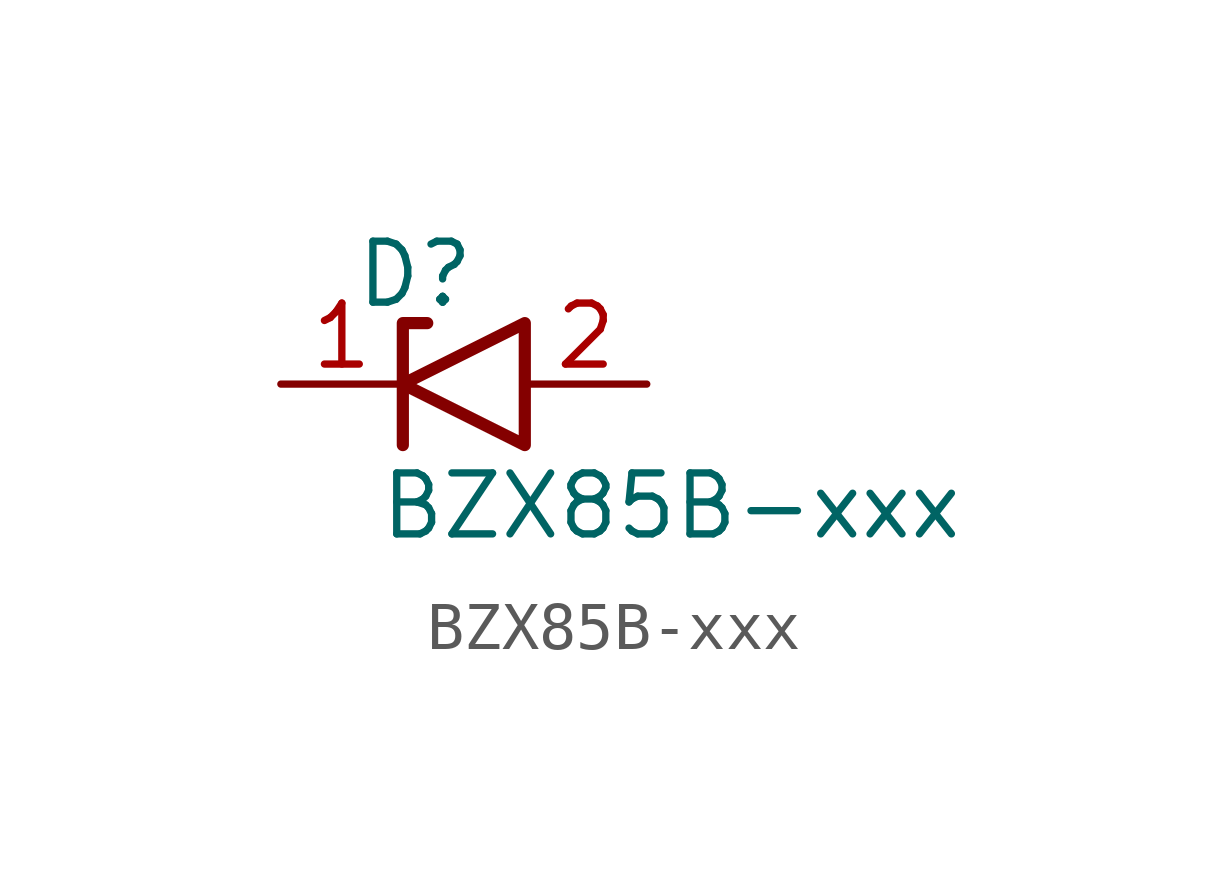
<source format=kicad_sym>
(kicad_symbol_lib
  (version 20231120)
  (generator "kicad_symbol_editor")
  (generator_version "8.0")
  (symbol "BZX85B-xxx"
    (pin_names
      (offset 0) hide)
    (property "Reference" "D"
      (at -1.016 2.286 0)
      (effects (font (size 1.27 1.27))))
    (property "Value" "BZX85B-xxx"
      (at 4.318 -2.54 0)
      (effects (font (size 1.27 1.27))))
    (symbol "BZX85B-xxx_0_1"
      (polyline (pts (xy -1.27 -1.27) (xy -1.27 1.27) (xy -0.762 1.27)) (stroke (width 0.254) (type default)) (fill (type none)))
      (polyline (pts (xy 1.27 -1.27) (xy 1.27 1.27) (xy -1.27 0) (xy 1.27 -1.27)) (stroke (width 0.254) (type default)) (fill (type none))))
    (symbol "BZX85B-xxx_1_1"
      (pin passive line (at -3.81 0 0) (length 2.54) (name "K" (effects (font (size 1.27 1.27)))) (number "1" (effects (font (size 1.27 1.27)))))
      (pin passive line (at 3.81 0 180) (length 2.54) (name "A" (effects (font (size 1.27 1.27)))) (number "2" (effects (font (size 1.27 1.27))))))))
</source>
